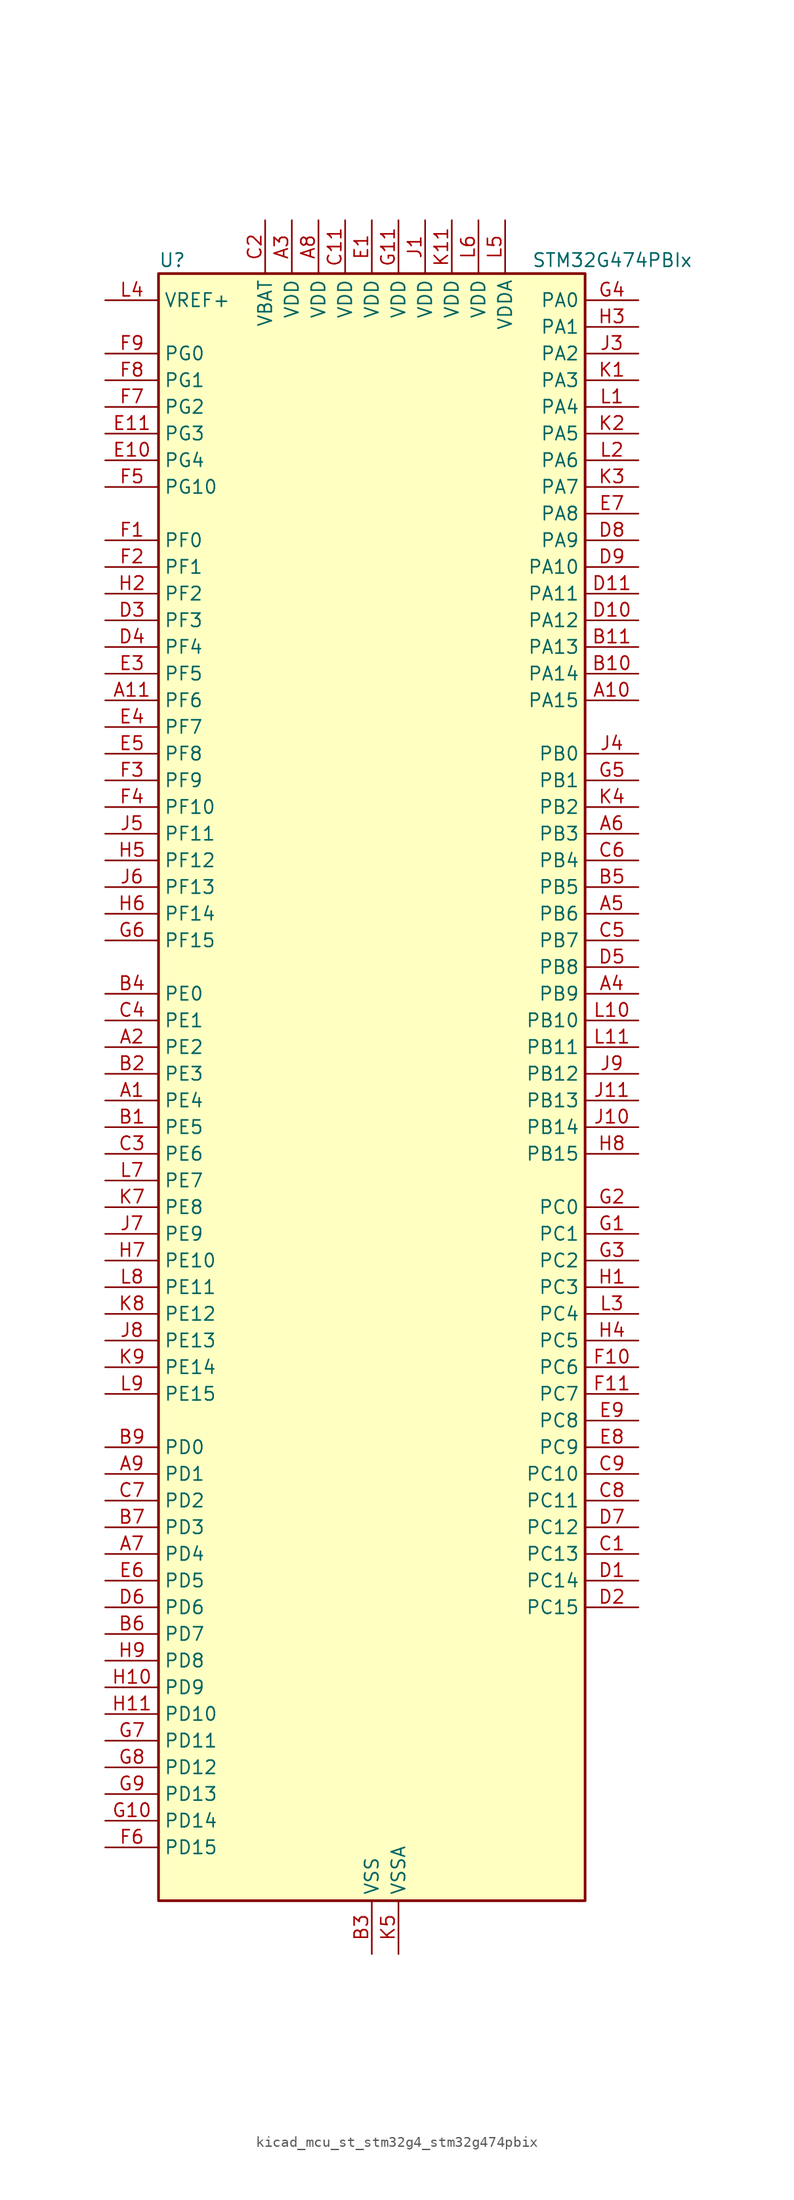
<source format=kicad_sym>
(kicad_symbol_lib
  (version 20220914)
  (generator kicad_symbol_editor)
  (symbol "kicad_mcu_st_stm32g4_stm32g474pbix"
    (property "Reference" "U"
      (at -20.32 80.01 0)
      (effects (font (size 1.27 1.27)) (justify left)))
    (property "Value" "STM32G474PBIx"
      (at 15.24 80.01 0)
      (effects (font (size 1.27 1.27)) (justify left)))
    (property "ki_locked" ""
      (at 0 0 0)
      (effects (font (size 1.27 1.27))))
    (symbol "kicad_mcu_st_stm32g4_stm32g474pbix_0_1"
      (rectangle (start -20.32 -76.2) (end 20.32 78.74) (stroke (width 0.254) (type default)) (fill (type background))))
    (symbol "kicad_mcu_st_stm32g4_stm32g474pbix_1_1"
      (pin bidirectional line (at -25.4 0 0) (length 5.08) (name "PE4" (effects (font (size 1.27 1.27)))) (number "A1" (effects (font (size 1.27 1.27)))) (alternate "FMC_A20" bidirectional line) (alternate "SAI1_D2" bidirectional line) (alternate "SAI1_FS_A" bidirectional line) (alternate "SPI4_NSS" bidirectional line) (alternate "SYS_TRACED1" bidirectional line) (alternate "TIM20_CH1N" bidirectional line) (alternate "TIM3_CH3" bidirectional line))
      (pin bidirectional line (at 25.4 38.1 180) (length 5.08) (name "PA15" (effects (font (size 1.27 1.27)))) (number "A10" (effects (font (size 1.27 1.27)))) (alternate "ADC1_EXTI15" bidirectional line) (alternate "ADC2_EXTI15" bidirectional line) (alternate "FDCAN3_TX" bidirectional line) (alternate "HRTIM1_FLT2" bidirectional line) (alternate "I2C1_SCL" bidirectional line) (alternate "I2S3_WS" bidirectional line) (alternate "SPI1_NSS" bidirectional line) (alternate "SPI3_NSS" bidirectional line) (alternate "SYS_JTDI" bidirectional line) (alternate "TIM1_BKIN" bidirectional line) (alternate "TIM2_CH1" bidirectional line) (alternate "TIM2_ETR" bidirectional line) (alternate "TIM8_CH1" bidirectional line) (alternate "UART4_DE" bidirectional line) (alternate "UART4_RTS" bidirectional line) (alternate "USART2_RX" bidirectional line))
      (pin bidirectional line (at -25.4 38.1 0) (length 5.08) (name "PF6" (effects (font (size 1.27 1.27)))) (number "A11" (effects (font (size 1.27 1.27)))) (alternate "I2C2_SCL" bidirectional line) (alternate "QUADSPI1_BK1_IO3" bidirectional line) (alternate "SAI1_SD_B" bidirectional line) (alternate "TIM4_CH4" bidirectional line) (alternate "TIM5_CH1" bidirectional line) (alternate "TIM5_ETR" bidirectional line) (alternate "USART3_RTS" bidirectional line))
      (pin bidirectional line (at -25.4 5.08 0) (length 5.08) (name "PE2" (effects (font (size 1.27 1.27)))) (number "A2" (effects (font (size 1.27 1.27)))) (alternate "ADC3_EXTI2" bidirectional line) (alternate "ADC4_EXTI2" bidirectional line) (alternate "ADC5_EXTI2" bidirectional line) (alternate "FMC_A23" bidirectional line) (alternate "SAI1_CK1" bidirectional line) (alternate "SAI1_MCLK_A" bidirectional line) (alternate "SPI4_SCK" bidirectional line) (alternate "SYS_TRACECLK" bidirectional line) (alternate "TIM20_CH1" bidirectional line) (alternate "TIM3_CH1" bidirectional line))
      (pin power_in line (at -7.62 83.82 270) (length 5.08) (name "VDD" (effects (font (size 1.27 1.27)))) (number "A3" (effects (font (size 1.27 1.27)))))
      (pin bidirectional line (at 25.4 10.16 180) (length 5.08) (name "PB9" (effects (font (size 1.27 1.27)))) (number "A4" (effects (font (size 1.27 1.27)))) (alternate "COMP2_OUT" bidirectional line) (alternate "DAC1_EXTI9" bidirectional line) (alternate "DAC2_EXTI9" bidirectional line) (alternate "DAC3_EXTI9" bidirectional line) (alternate "DAC4_EXTI9" bidirectional line) (alternate "FDCAN1_TX" bidirectional line) (alternate "HRTIM1_EEV5" bidirectional line) (alternate "I2C1_SDA" bidirectional line) (alternate "IR_OUT" bidirectional line) (alternate "SAI1_D2" bidirectional line) (alternate "SAI1_FS_A" bidirectional line) (alternate "TIM17_CH1" bidirectional line) (alternate "TIM1_CH3N" bidirectional line) (alternate "TIM4_CH4" bidirectional line) (alternate "TIM8_CH3" bidirectional line) (alternate "USART3_TX" bidirectional line))
      (pin bidirectional line (at 25.4 17.78 180) (length 5.08) (name "PB6" (effects (font (size 1.27 1.27)))) (number "A5" (effects (font (size 1.27 1.27)))) (alternate "COMP4_OUT" bidirectional line) (alternate "FDCAN2_TX" bidirectional line) (alternate "HRTIM1_EEV4" bidirectional line) (alternate "HRTIM1_SCIN" bidirectional line) (alternate "LPTIM1_ETR" bidirectional line) (alternate "SAI1_FS_B" bidirectional line) (alternate "TIM16_CH1N" bidirectional line) (alternate "TIM4_CH1" bidirectional line) (alternate "TIM8_BKIN2" bidirectional line) (alternate "TIM8_CH1" bidirectional line) (alternate "TIM8_ETR" bidirectional line) (alternate "UCPD1_CC1" bidirectional line) (alternate "USART1_TX" bidirectional line))
      (pin bidirectional line (at 25.4 25.4 180) (length 5.08) (name "PB3" (effects (font (size 1.27 1.27)))) (number "A6" (effects (font (size 1.27 1.27)))) (alternate "ADC3_EXTI3" bidirectional line) (alternate "ADC4_EXTI3" bidirectional line) (alternate "ADC5_EXTI3" bidirectional line) (alternate "CRS_SYNC" bidirectional line) (alternate "FDCAN3_RX" bidirectional line) (alternate "HRTIM1_EEV9" bidirectional line) (alternate "HRTIM1_SCOUT" bidirectional line) (alternate "I2S3_CK" bidirectional line) (alternate "SAI1_SCK_B" bidirectional line) (alternate "SPI1_SCK" bidirectional line) (alternate "SPI3_SCK" bidirectional line) (alternate "SYS_JTDO-SWO" bidirectional line) (alternate "TIM2_CH2" bidirectional line) (alternate "TIM3_ETR" bidirectional line) (alternate "TIM4_ETR" bidirectional line) (alternate "TIM8_CH1N" bidirectional line) (alternate "USART2_TX" bidirectional line))
      (pin bidirectional line (at -25.4 -43.18 0) (length 5.08) (name "PD4" (effects (font (size 1.27 1.27)))) (number "A7" (effects (font (size 1.27 1.27)))) (alternate "FMC_NOE" bidirectional line) (alternate "QUADSPI1_BK2_IO0" bidirectional line) (alternate "TIM2_CH2" bidirectional line) (alternate "USART2_DE" bidirectional line) (alternate "USART2_RTS" bidirectional line))
      (pin power_in line (at -5.08 83.82 270) (length 5.08) (name "VDD" (effects (font (size 1.27 1.27)))) (number "A8" (effects (font (size 1.27 1.27)))))
      (pin bidirectional line (at -25.4 -35.56 0) (length 5.08) (name "PD1" (effects (font (size 1.27 1.27)))) (number "A9" (effects (font (size 1.27 1.27)))) (alternate "FDCAN1_TX" bidirectional line) (alternate "FMC_D3" bidirectional line) (alternate "FMC_DA3" bidirectional line) (alternate "TIM8_BKIN2" bidirectional line) (alternate "TIM8_CH4" bidirectional line))
      (pin bidirectional line (at -25.4 -2.54 0) (length 5.08) (name "PE5" (effects (font (size 1.27 1.27)))) (number "B1" (effects (font (size 1.27 1.27)))) (alternate "FMC_A21" bidirectional line) (alternate "SAI1_CK2" bidirectional line) (alternate "SAI1_SCK_A" bidirectional line) (alternate "SPI4_MISO" bidirectional line) (alternate "SYS_TRACED2" bidirectional line) (alternate "TIM20_CH2N" bidirectional line) (alternate "TIM3_CH4" bidirectional line))
      (pin bidirectional line (at 25.4 40.64 180) (length 5.08) (name "PA14" (effects (font (size 1.27 1.27)))) (number "B10" (effects (font (size 1.27 1.27)))) (alternate "I2C1_SDA" bidirectional line) (alternate "I2C4_SMBA" bidirectional line) (alternate "LPTIM1_OUT" bidirectional line) (alternate "SAI1_FS_B" bidirectional line) (alternate "SYS_JTCK-SWCLK" bidirectional line) (alternate "TIM1_BKIN" bidirectional line) (alternate "TIM8_CH2" bidirectional line) (alternate "USART2_TX" bidirectional line))
      (pin bidirectional line (at 25.4 43.18 180) (length 5.08) (name "PA13" (effects (font (size 1.27 1.27)))) (number "B11" (effects (font (size 1.27 1.27)))) (alternate "I2C1_SCL" bidirectional line) (alternate "I2C4_SCL" bidirectional line) (alternate "IR_OUT" bidirectional line) (alternate "SAI1_SD_B" bidirectional line) (alternate "SYS_JTMS-SWDIO" bidirectional line) (alternate "TIM16_CH1N" bidirectional line) (alternate "TIM4_CH3" bidirectional line) (alternate "USART3_CTS" bidirectional line) (alternate "USART3_NSS" bidirectional line))
      (pin bidirectional line (at -25.4 2.54 0) (length 5.08) (name "PE3" (effects (font (size 1.27 1.27)))) (number "B2" (effects (font (size 1.27 1.27)))) (alternate "ADC3_EXTI3" bidirectional line) (alternate "ADC4_EXTI3" bidirectional line) (alternate "ADC5_EXTI3" bidirectional line) (alternate "FMC_A19" bidirectional line) (alternate "SAI1_SD_B" bidirectional line) (alternate "SPI4_NSS" bidirectional line) (alternate "SYS_TRACED0" bidirectional line) (alternate "TIM20_CH2" bidirectional line) (alternate "TIM3_CH2" bidirectional line))
      (pin power_in line (at 0 -81.28 90) (length 5.08) (name "VSS" (effects (font (size 1.27 1.27)))) (number "B3" (effects (font (size 1.27 1.27)))))
      (pin bidirectional line (at -25.4 10.16 0) (length 5.08) (name "PE0" (effects (font (size 1.27 1.27)))) (number "B4" (effects (font (size 1.27 1.27)))) (alternate "FMC_NBL0" bidirectional line) (alternate "TIM16_CH1" bidirectional line) (alternate "TIM20_CH4N" bidirectional line) (alternate "TIM20_ETR" bidirectional line) (alternate "TIM4_ETR" bidirectional line) (alternate "USART1_TX" bidirectional line))
      (pin bidirectional line (at 25.4 20.32 180) (length 5.08) (name "PB5" (effects (font (size 1.27 1.27)))) (number "B5" (effects (font (size 1.27 1.27)))) (alternate "FDCAN2_RX" bidirectional line) (alternate "HRTIM1_EEV6" bidirectional line) (alternate "I2C1_SMBA" bidirectional line) (alternate "I2C3_SDA" bidirectional line) (alternate "I2S3_SD" bidirectional line) (alternate "LPTIM1_IN1" bidirectional line) (alternate "SAI1_SD_B" bidirectional line) (alternate "SPI1_MOSI" bidirectional line) (alternate "SPI3_MOSI" bidirectional line) (alternate "TIM16_BKIN" bidirectional line) (alternate "TIM17_CH1" bidirectional line) (alternate "TIM3_CH2" bidirectional line) (alternate "TIM8_CH3N" bidirectional line) (alternate "UART5_CTS" bidirectional line) (alternate "USART2_CK" bidirectional line))
      (pin bidirectional line (at -25.4 -50.8 0) (length 5.08) (name "PD7" (effects (font (size 1.27 1.27)))) (number "B6" (effects (font (size 1.27 1.27)))) (alternate "FMC_NCE" bidirectional line) (alternate "FMC_NE1" bidirectional line) (alternate "QUADSPI1_BK2_IO3" bidirectional line) (alternate "TIM2_CH3" bidirectional line) (alternate "USART2_CK" bidirectional line))
      (pin bidirectional line (at -25.4 -40.64 0) (length 5.08) (name "PD3" (effects (font (size 1.27 1.27)))) (number "B7" (effects (font (size 1.27 1.27)))) (alternate "ADC3_EXTI3" bidirectional line) (alternate "ADC4_EXTI3" bidirectional line) (alternate "ADC5_EXTI3" bidirectional line) (alternate "FMC_CLK" bidirectional line) (alternate "QUADSPI1_BK2_NCS" bidirectional line) (alternate "TIM2_CH1" bidirectional line) (alternate "TIM2_ETR" bidirectional line) (alternate "USART2_CTS" bidirectional line) (alternate "USART2_NSS" bidirectional line))
      (pin passive line (at 0 -81.28 90) (length 5.08) hide (name "VSS" (effects (font (size 1.27 1.27)))) (number "B8" (effects (font (size 1.27 1.27)))))
      (pin bidirectional line (at -25.4 -33.02 0) (length 5.08) (name "PD0" (effects (font (size 1.27 1.27)))) (number "B9" (effects (font (size 1.27 1.27)))) (alternate "FDCAN1_RX" bidirectional line) (alternate "FMC_D2" bidirectional line) (alternate "FMC_DA2" bidirectional line) (alternate "TIM8_CH4N" bidirectional line))
      (pin bidirectional line (at 25.4 -43.18 180) (length 5.08) (name "PC13" (effects (font (size 1.27 1.27)))) (number "C1" (effects (font (size 1.27 1.27)))) (alternate "RTC_OUT1" bidirectional line) (alternate "RTC_TAMP1" bidirectional line) (alternate "RTC_TS" bidirectional line) (alternate "SYS_WKUP2" bidirectional line) (alternate "TIM1_BKIN" bidirectional line) (alternate "TIM1_CH1N" bidirectional line) (alternate "TIM8_CH4N" bidirectional line))
      (pin passive line (at 0 -81.28 90) (length 5.08) hide (name "VSS" (effects (font (size 1.27 1.27)))) (number "C10" (effects (font (size 1.27 1.27)))))
      (pin power_in line (at -2.54 83.82 270) (length 5.08) (name "VDD" (effects (font (size 1.27 1.27)))) (number "C11" (effects (font (size 1.27 1.27)))))
      (pin power_in line (at -10.16 83.82 270) (length 5.08) (name "VBAT" (effects (font (size 1.27 1.27)))) (number "C2" (effects (font (size 1.27 1.27)))))
      (pin bidirectional line (at -25.4 -5.08 0) (length 5.08) (name "PE6" (effects (font (size 1.27 1.27)))) (number "C3" (effects (font (size 1.27 1.27)))) (alternate "FMC_A22" bidirectional line) (alternate "RTC_TAMP3" bidirectional line) (alternate "SAI1_D1" bidirectional line) (alternate "SAI1_SD_A" bidirectional line) (alternate "SPI4_MOSI" bidirectional line) (alternate "SYS_TRACED3" bidirectional line) (alternate "SYS_WKUP3" bidirectional line) (alternate "TIM20_CH3N" bidirectional line))
      (pin bidirectional line (at -25.4 7.62 0) (length 5.08) (name "PE1" (effects (font (size 1.27 1.27)))) (number "C4" (effects (font (size 1.27 1.27)))) (alternate "FMC_NBL1" bidirectional line) (alternate "TIM17_CH1" bidirectional line) (alternate "TIM20_CH4" bidirectional line) (alternate "USART1_RX" bidirectional line))
      (pin bidirectional line (at 25.4 15.24 180) (length 5.08) (name "PB7" (effects (font (size 1.27 1.27)))) (number "C5" (effects (font (size 1.27 1.27)))) (alternate "COMP3_OUT" bidirectional line) (alternate "FMC_NL" bidirectional line) (alternate "HRTIM1_EEV3" bidirectional line) (alternate "I2C1_SDA" bidirectional line) (alternate "I2C4_SDA" bidirectional line) (alternate "LPTIM1_IN2" bidirectional line) (alternate "SYS_PVD_IN" bidirectional line) (alternate "TIM17_CH1N" bidirectional line) (alternate "TIM3_CH4" bidirectional line) (alternate "TIM4_CH2" bidirectional line) (alternate "TIM8_BKIN" bidirectional line) (alternate "UART4_CTS" bidirectional line) (alternate "USART1_RX" bidirectional line))
      (pin bidirectional line (at 25.4 22.86 180) (length 5.08) (name "PB4" (effects (font (size 1.27 1.27)))) (number "C6" (effects (font (size 1.27 1.27)))) (alternate "FDCAN3_TX" bidirectional line) (alternate "HRTIM1_EEV7" bidirectional line) (alternate "SAI1_MCLK_B" bidirectional line) (alternate "SPI1_MISO" bidirectional line) (alternate "SPI3_MISO" bidirectional line) (alternate "SYS_JTRST" bidirectional line) (alternate "TIM16_CH1" bidirectional line) (alternate "TIM17_BKIN" bidirectional line) (alternate "TIM3_CH1" bidirectional line) (alternate "TIM8_CH2N" bidirectional line) (alternate "UART5_DE" bidirectional line) (alternate "UART5_RTS" bidirectional line) (alternate "UCPD1_CC2" bidirectional line) (alternate "USART2_RX" bidirectional line))
      (pin bidirectional line (at -25.4 -38.1 0) (length 5.08) (name "PD2" (effects (font (size 1.27 1.27)))) (number "C7" (effects (font (size 1.27 1.27)))) (alternate "ADC3_EXTI2" bidirectional line) (alternate "ADC4_EXTI2" bidirectional line) (alternate "ADC5_EXTI2" bidirectional line) (alternate "TIM3_ETR" bidirectional line) (alternate "TIM8_BKIN" bidirectional line) (alternate "UART5_RX" bidirectional line))
      (pin bidirectional line (at 25.4 -38.1 180) (length 5.08) (name "PC11" (effects (font (size 1.27 1.27)))) (number "C8" (effects (font (size 1.27 1.27)))) (alternate "ADC1_EXTI11" bidirectional line) (alternate "ADC2_EXTI11" bidirectional line) (alternate "HRTIM1_EEV2" bidirectional line) (alternate "I2C3_SDA" bidirectional line) (alternate "SPI3_MISO" bidirectional line) (alternate "TIM8_CH2N" bidirectional line) (alternate "UART4_RX" bidirectional line) (alternate "USART3_RX" bidirectional line))
      (pin bidirectional line (at 25.4 -35.56 180) (length 5.08) (name "PC10" (effects (font (size 1.27 1.27)))) (number "C9" (effects (font (size 1.27 1.27)))) (alternate "DAC1_EXTI10" bidirectional line) (alternate "DAC2_EXTI10" bidirectional line) (alternate "DAC3_EXTI10" bidirectional line) (alternate "DAC4_EXTI10" bidirectional line) (alternate "HRTIM1_FLT6" bidirectional line) (alternate "I2S3_CK" bidirectional line) (alternate "SPI3_SCK" bidirectional line) (alternate "TIM8_CH1N" bidirectional line) (alternate "UART4_TX" bidirectional line) (alternate "USART3_TX" bidirectional line))
      (pin bidirectional line (at 25.4 -45.72 180) (length 5.08) (name "PC14" (effects (font (size 1.27 1.27)))) (number "D1" (effects (font (size 1.27 1.27)))) (alternate "RCC_OSC32_IN" bidirectional line))
      (pin bidirectional line (at 25.4 45.72 180) (length 5.08) (name "PA12" (effects (font (size 1.27 1.27)))) (number "D10" (effects (font (size 1.27 1.27)))) (alternate "COMP2_OUT" bidirectional line) (alternate "FDCAN1_TX" bidirectional line) (alternate "HRTIM1_FLT1" bidirectional line) (alternate "I2S_CKIN" bidirectional line) (alternate "TIM16_CH1" bidirectional line) (alternate "TIM1_CH2N" bidirectional line) (alternate "TIM1_ETR" bidirectional line) (alternate "TIM4_CH2" bidirectional line) (alternate "USART1_DE" bidirectional line) (alternate "USART1_RTS" bidirectional line) (alternate "USB_DP" bidirectional line))
      (pin bidirectional line (at 25.4 48.26 180) (length 5.08) (name "PA11" (effects (font (size 1.27 1.27)))) (number "D11" (effects (font (size 1.27 1.27)))) (alternate "ADC1_EXTI11" bidirectional line) (alternate "ADC2_EXTI11" bidirectional line) (alternate "COMP1_OUT" bidirectional line) (alternate "FDCAN1_RX" bidirectional line) (alternate "HRTIM1_CHB2" bidirectional line) (alternate "I2S2_SD" bidirectional line) (alternate "SPI2_MOSI" bidirectional line) (alternate "TIM1_BKIN2" bidirectional line) (alternate "TIM1_CH1N" bidirectional line) (alternate "TIM1_CH4" bidirectional line) (alternate "TIM4_CH1" bidirectional line) (alternate "USART1_CTS" bidirectional line) (alternate "USART1_NSS" bidirectional line) (alternate "USB_DM" bidirectional line))
      (pin bidirectional line (at 25.4 -48.26 180) (length 5.08) (name "PC15" (effects (font (size 1.27 1.27)))) (number "D2" (effects (font (size 1.27 1.27)))) (alternate "ADC1_EXTI15" bidirectional line) (alternate "ADC2_EXTI15" bidirectional line) (alternate "RCC_OSC32_OUT" bidirectional line))
      (pin bidirectional line (at -25.4 45.72 0) (length 5.08) (name "PF3" (effects (font (size 1.27 1.27)))) (number "D3" (effects (font (size 1.27 1.27)))) (alternate "ADC3_EXTI3" bidirectional line) (alternate "ADC4_EXTI3" bidirectional line) (alternate "ADC5_EXTI3" bidirectional line) (alternate "FMC_A3" bidirectional line) (alternate "I2C3_SCL" bidirectional line) (alternate "TIM20_CH4" bidirectional line))
      (pin bidirectional line (at -25.4 43.18 0) (length 5.08) (name "PF4" (effects (font (size 1.27 1.27)))) (number "D4" (effects (font (size 1.27 1.27)))) (alternate "COMP1_OUT" bidirectional line) (alternate "FMC_A4" bidirectional line) (alternate "I2C3_SDA" bidirectional line) (alternate "TIM20_CH1N" bidirectional line))
      (pin bidirectional line (at 25.4 12.7 180) (length 5.08) (name "PB8" (effects (font (size 1.27 1.27)))) (number "D5" (effects (font (size 1.27 1.27)))) (alternate "COMP1_OUT" bidirectional line) (alternate "FDCAN1_RX" bidirectional line) (alternate "HRTIM1_EEV8" bidirectional line) (alternate "I2C1_SCL" bidirectional line) (alternate "SAI1_CK1" bidirectional line) (alternate "SAI1_MCLK_A" bidirectional line) (alternate "TIM16_CH1" bidirectional line) (alternate "TIM1_BKIN" bidirectional line) (alternate "TIM4_CH3" bidirectional line) (alternate "TIM8_CH2" bidirectional line) (alternate "USART3_RX" bidirectional line))
      (pin bidirectional line (at -25.4 -48.26 0) (length 5.08) (name "PD6" (effects (font (size 1.27 1.27)))) (number "D6" (effects (font (size 1.27 1.27)))) (alternate "FMC_NWAIT" bidirectional line) (alternate "QUADSPI1_BK2_IO2" bidirectional line) (alternate "SAI1_D1" bidirectional line) (alternate "SAI1_SD_A" bidirectional line) (alternate "TIM2_CH4" bidirectional line) (alternate "USART2_RX" bidirectional line))
      (pin bidirectional line (at 25.4 -40.64 180) (length 5.08) (name "PC12" (effects (font (size 1.27 1.27)))) (number "D7" (effects (font (size 1.27 1.27)))) (alternate "HRTIM1_EEV1" bidirectional line) (alternate "I2S3_SD" bidirectional line) (alternate "SPI3_MOSI" bidirectional line) (alternate "TIM5_CH2" bidirectional line) (alternate "TIM8_CH3N" bidirectional line) (alternate "UART5_TX" bidirectional line) (alternate "UCPD1_FRSTX1" bidirectional line) (alternate "UCPD1_FRSTX2" bidirectional line) (alternate "USART3_CK" bidirectional line))
      (pin bidirectional line (at 25.4 53.34 180) (length 5.08) (name "PA9" (effects (font (size 1.27 1.27)))) (number "D8" (effects (font (size 1.27 1.27)))) (alternate "ADC5_IN2" bidirectional line) (alternate "COMP5_OUT" bidirectional line) (alternate "DAC1_EXTI9" bidirectional line) (alternate "DAC2_EXTI9" bidirectional line) (alternate "DAC3_EXTI9" bidirectional line) (alternate "DAC4_EXTI9" bidirectional line) (alternate "HRTIM1_CHA2" bidirectional line) (alternate "I2C2_SCL" bidirectional line) (alternate "I2C3_SMBA" bidirectional line) (alternate "I2S3_MCK" bidirectional line) (alternate "SAI1_FS_A" bidirectional line) (alternate "TIM15_BKIN" bidirectional line) (alternate "TIM1_CH2" bidirectional line) (alternate "TIM2_CH3" bidirectional line) (alternate "UCPD1_DBCC1" bidirectional line) (alternate "USART1_TX" bidirectional line))
      (pin bidirectional line (at 25.4 50.8 180) (length 5.08) (name "PA10" (effects (font (size 1.27 1.27)))) (number "D9" (effects (font (size 1.27 1.27)))) (alternate "COMP6_OUT" bidirectional line) (alternate "CRS_SYNC" bidirectional line) (alternate "DAC1_EXTI10" bidirectional line) (alternate "DAC2_EXTI10" bidirectional line) (alternate "DAC3_EXTI10" bidirectional line) (alternate "DAC4_EXTI10" bidirectional line) (alternate "HRTIM1_CHB1" bidirectional line) (alternate "I2C2_SMBA" bidirectional line) (alternate "SAI1_D1" bidirectional line) (alternate "SAI1_SD_A" bidirectional line) (alternate "SPI2_MISO" bidirectional line) (alternate "TIM17_BKIN" bidirectional line) (alternate "TIM1_CH3" bidirectional line) (alternate "TIM2_CH4" bidirectional line) (alternate "TIM8_BKIN" bidirectional line) (alternate "UCPD1_DBCC2" bidirectional line) (alternate "USART1_RX" bidirectional line))
      (pin power_in line (at 0 83.82 270) (length 5.08) (name "VDD" (effects (font (size 1.27 1.27)))) (number "E1" (effects (font (size 1.27 1.27)))))
      (pin bidirectional line (at -25.4 60.96 0) (length 5.08) (name "PG4" (effects (font (size 1.27 1.27)))) (number "E10" (effects (font (size 1.27 1.27)))) (alternate "FMC_A14" bidirectional line) (alternate "I2C4_SDA" bidirectional line) (alternate "SPI1_MOSI" bidirectional line) (alternate "TIM20_BKIN2" bidirectional line))
      (pin bidirectional line (at -25.4 63.5 0) (length 5.08) (name "PG3" (effects (font (size 1.27 1.27)))) (number "E11" (effects (font (size 1.27 1.27)))) (alternate "ADC3_EXTI3" bidirectional line) (alternate "ADC4_EXTI3" bidirectional line) (alternate "ADC5_EXTI3" bidirectional line) (alternate "FMC_A13" bidirectional line) (alternate "I2C4_SCL" bidirectional line) (alternate "SPI1_MISO" bidirectional line) (alternate "TIM20_BKIN" bidirectional line) (alternate "TIM20_CH4N" bidirectional line))
      (pin passive line (at 0 -81.28 90) (length 5.08) hide (name "VSS" (effects (font (size 1.27 1.27)))) (number "E2" (effects (font (size 1.27 1.27)))))
      (pin bidirectional line (at -25.4 40.64 0) (length 5.08) (name "PF5" (effects (font (size 1.27 1.27)))) (number "E3" (effects (font (size 1.27 1.27)))) (alternate "FMC_A5" bidirectional line) (alternate "TIM20_CH2N" bidirectional line))
      (pin bidirectional line (at -25.4 35.56 0) (length 5.08) (name "PF7" (effects (font (size 1.27 1.27)))) (number "E4" (effects (font (size 1.27 1.27)))) (alternate "FMC_A1" bidirectional line) (alternate "QUADSPI1_BK1_IO2" bidirectional line) (alternate "SAI1_MCLK_B" bidirectional line) (alternate "TIM20_BKIN" bidirectional line) (alternate "TIM5_CH2" bidirectional line))
      (pin bidirectional line (at -25.4 33.02 0) (length 5.08) (name "PF8" (effects (font (size 1.27 1.27)))) (number "E5" (effects (font (size 1.27 1.27)))) (alternate "FMC_A24" bidirectional line) (alternate "QUADSPI1_BK1_IO0" bidirectional line) (alternate "SAI1_SCK_B" bidirectional line) (alternate "TIM20_BKIN2" bidirectional line) (alternate "TIM5_CH3" bidirectional line))
      (pin bidirectional line (at -25.4 -45.72 0) (length 5.08) (name "PD5" (effects (font (size 1.27 1.27)))) (number "E6" (effects (font (size 1.27 1.27)))) (alternate "FMC_NWE" bidirectional line) (alternate "QUADSPI1_BK2_IO1" bidirectional line) (alternate "USART2_TX" bidirectional line))
      (pin bidirectional line (at 25.4 55.88 180) (length 5.08) (name "PA8" (effects (font (size 1.27 1.27)))) (number "E7" (effects (font (size 1.27 1.27)))) (alternate "ADC5_IN1" bidirectional line) (alternate "COMP7_OUT" bidirectional line) (alternate "FDCAN3_RX" bidirectional line) (alternate "HRTIM1_CHA1" bidirectional line) (alternate "I2C2_SDA" bidirectional line) (alternate "I2C3_SCL" bidirectional line) (alternate "I2S2_MCK" bidirectional line) (alternate "OPAMP5_VOUT" bidirectional line) (alternate "RCC_MCO" bidirectional line) (alternate "SAI1_CK2" bidirectional line) (alternate "SAI1_SCK_A" bidirectional line) (alternate "TIM1_CH1" bidirectional line) (alternate "TIM4_ETR" bidirectional line) (alternate "USART1_CK" bidirectional line))
      (pin bidirectional line (at 25.4 -33.02 180) (length 5.08) (name "PC9" (effects (font (size 1.27 1.27)))) (number "E8" (effects (font (size 1.27 1.27)))) (alternate "DAC1_EXTI9" bidirectional line) (alternate "DAC2_EXTI9" bidirectional line) (alternate "DAC3_EXTI9" bidirectional line) (alternate "DAC4_EXTI9" bidirectional line) (alternate "HRTIM1_CHE2" bidirectional line) (alternate "I2C3_SDA" bidirectional line) (alternate "I2S_CKIN" bidirectional line) (alternate "TIM3_CH4" bidirectional line) (alternate "TIM8_BKIN2" bidirectional line) (alternate "TIM8_CH4" bidirectional line))
      (pin bidirectional line (at 25.4 -30.48 180) (length 5.08) (name "PC8" (effects (font (size 1.27 1.27)))) (number "E9" (effects (font (size 1.27 1.27)))) (alternate "COMP7_OUT" bidirectional line) (alternate "HRTIM1_CHE1" bidirectional line) (alternate "I2C3_SCL" bidirectional line) (alternate "TIM20_CH3" bidirectional line) (alternate "TIM3_CH3" bidirectional line) (alternate "TIM8_CH3" bidirectional line))
      (pin bidirectional line (at -25.4 53.34 0) (length 5.08) (name "PF0" (effects (font (size 1.27 1.27)))) (number "F1" (effects (font (size 1.27 1.27)))) (alternate "ADC1_IN10" bidirectional line) (alternate "I2C2_SDA" bidirectional line) (alternate "I2S2_WS" bidirectional line) (alternate "RCC_OSC_IN" bidirectional line) (alternate "SPI2_NSS" bidirectional line) (alternate "TIM1_CH3N" bidirectional line))
      (pin bidirectional line (at 25.4 -25.4 180) (length 5.08) (name "PC6" (effects (font (size 1.27 1.27)))) (number "F10" (effects (font (size 1.27 1.27)))) (alternate "COMP6_OUT" bidirectional line) (alternate "HRTIM1_CHF1" bidirectional line) (alternate "HRTIM1_EEV10" bidirectional line) (alternate "I2C4_SCL" bidirectional line) (alternate "I2S2_MCK" bidirectional line) (alternate "TIM3_CH1" bidirectional line) (alternate "TIM8_CH1" bidirectional line))
      (pin bidirectional line (at 25.4 -27.94 180) (length 5.08) (name "PC7" (effects (font (size 1.27 1.27)))) (number "F11" (effects (font (size 1.27 1.27)))) (alternate "COMP5_OUT" bidirectional line) (alternate "HRTIM1_CHF2" bidirectional line) (alternate "HRTIM1_FLT5" bidirectional line) (alternate "I2C4_SDA" bidirectional line) (alternate "I2S3_MCK" bidirectional line) (alternate "TIM3_CH2" bidirectional line) (alternate "TIM8_CH2" bidirectional line))
      (pin bidirectional line (at -25.4 50.8 0) (length 5.08) (name "PF1" (effects (font (size 1.27 1.27)))) (number "F2" (effects (font (size 1.27 1.27)))) (alternate "ADC2_IN10" bidirectional line) (alternate "COMP3_INM" bidirectional line) (alternate "I2S2_CK" bidirectional line) (alternate "RCC_OSC_OUT" bidirectional line) (alternate "SPI2_SCK" bidirectional line))
      (pin bidirectional line (at -25.4 30.48 0) (length 5.08) (name "PF9" (effects (font (size 1.27 1.27)))) (number "F3" (effects (font (size 1.27 1.27)))) (alternate "DAC1_EXTI9" bidirectional line) (alternate "DAC2_EXTI9" bidirectional line) (alternate "DAC3_EXTI9" bidirectional line) (alternate "DAC4_EXTI9" bidirectional line) (alternate "FMC_A25" bidirectional line) (alternate "QUADSPI1_BK1_IO1" bidirectional line) (alternate "SAI1_FS_B" bidirectional line) (alternate "SPI2_SCK" bidirectional line) (alternate "TIM15_CH1" bidirectional line) (alternate "TIM20_BKIN" bidirectional line) (alternate "TIM5_CH4" bidirectional line))
      (pin bidirectional line (at -25.4 27.94 0) (length 5.08) (name "PF10" (effects (font (size 1.27 1.27)))) (number "F4" (effects (font (size 1.27 1.27)))) (alternate "DAC1_EXTI10" bidirectional line) (alternate "DAC2_EXTI10" bidirectional line) (alternate "DAC3_EXTI10" bidirectional line) (alternate "DAC4_EXTI10" bidirectional line) (alternate "FMC_A0" bidirectional line) (alternate "QUADSPI1_CLK" bidirectional line) (alternate "SAI1_D3" bidirectional line) (alternate "SPI2_SCK" bidirectional line) (alternate "TIM15_CH2" bidirectional line) (alternate "TIM20_BKIN2" bidirectional line))
      (pin bidirectional line (at -25.4 58.42 0) (length 5.08) (name "PG10" (effects (font (size 1.27 1.27)))) (number "F5" (effects (font (size 1.27 1.27)))) (alternate "DAC1_EXTI10" bidirectional line) (alternate "DAC2_EXTI10" bidirectional line) (alternate "DAC3_EXTI10" bidirectional line) (alternate "DAC4_EXTI10" bidirectional line) (alternate "RCC_MCO" bidirectional line))
      (pin bidirectional line (at -25.4 -71.12 0) (length 5.08) (name "PD15" (effects (font (size 1.27 1.27)))) (number "F6" (effects (font (size 1.27 1.27)))) (alternate "ADC1_EXTI15" bidirectional line) (alternate "ADC2_EXTI15" bidirectional line) (alternate "COMP7_INM" bidirectional line) (alternate "FMC_D1" bidirectional line) (alternate "FMC_DA1" bidirectional line) (alternate "SPI2_NSS" bidirectional line) (alternate "TIM4_CH4" bidirectional line))
      (pin bidirectional line (at -25.4 66.04 0) (length 5.08) (name "PG2" (effects (font (size 1.27 1.27)))) (number "F7" (effects (font (size 1.27 1.27)))) (alternate "ADC3_EXTI2" bidirectional line) (alternate "ADC4_EXTI2" bidirectional line) (alternate "ADC5_EXTI2" bidirectional line) (alternate "FMC_A12" bidirectional line) (alternate "SPI1_SCK" bidirectional line) (alternate "TIM20_CH3N" bidirectional line))
      (pin bidirectional line (at -25.4 68.58 0) (length 5.08) (name "PG1" (effects (font (size 1.27 1.27)))) (number "F8" (effects (font (size 1.27 1.27)))) (alternate "FMC_A11" bidirectional line) (alternate "TIM20_CH2N" bidirectional line))
      (pin bidirectional line (at -25.4 71.12 0) (length 5.08) (name "PG0" (effects (font (size 1.27 1.27)))) (number "F9" (effects (font (size 1.27 1.27)))) (alternate "FMC_A10" bidirectional line) (alternate "TIM20_CH1N" bidirectional line))
      (pin bidirectional line (at 25.4 -12.7 180) (length 5.08) (name "PC1" (effects (font (size 1.27 1.27)))) (number "G1" (effects (font (size 1.27 1.27)))) (alternate "ADC1_IN7" bidirectional line) (alternate "ADC2_IN7" bidirectional line) (alternate "COMP3_INP" bidirectional line) (alternate "LPTIM1_OUT" bidirectional line) (alternate "LPUART1_TX" bidirectional line) (alternate "QUADSPI1_BK2_IO0" bidirectional line) (alternate "SAI1_SD_A" bidirectional line) (alternate "TIM1_CH2" bidirectional line))
      (pin bidirectional line (at -25.4 -68.58 0) (length 5.08) (name "PD14" (effects (font (size 1.27 1.27)))) (number "G10" (effects (font (size 1.27 1.27)))) (alternate "ADC3_IN11" bidirectional line) (alternate "ADC4_IN11" bidirectional line) (alternate "ADC5_IN11" bidirectional line) (alternate "COMP7_INP" bidirectional line) (alternate "FMC_D0" bidirectional line) (alternate "FMC_DA0" bidirectional line) (alternate "OPAMP2_VINP" bidirectional line) (alternate "OPAMP2_VINP_SEC" bidirectional line) (alternate "TIM4_CH3" bidirectional line))
      (pin power_in line (at 2.54 83.82 270) (length 5.08) (name "VDD" (effects (font (size 1.27 1.27)))) (number "G11" (effects (font (size 1.27 1.27)))))
      (pin bidirectional line (at 25.4 -10.16 180) (length 5.08) (name "PC0" (effects (font (size 1.27 1.27)))) (number "G2" (effects (font (size 1.27 1.27)))) (alternate "ADC1_IN6" bidirectional line) (alternate "ADC2_IN6" bidirectional line) (alternate "COMP3_INM" bidirectional line) (alternate "LPTIM1_IN1" bidirectional line) (alternate "LPUART1_RX" bidirectional line) (alternate "TIM1_CH1" bidirectional line))
      (pin bidirectional line (at 25.4 -15.24 180) (length 5.08) (name "PC2" (effects (font (size 1.27 1.27)))) (number "G3" (effects (font (size 1.27 1.27)))) (alternate "ADC1_IN8" bidirectional line) (alternate "ADC2_IN8" bidirectional line) (alternate "ADC3_EXTI2" bidirectional line) (alternate "ADC4_EXTI2" bidirectional line) (alternate "ADC5_EXTI2" bidirectional line) (alternate "COMP3_OUT" bidirectional line) (alternate "LPTIM1_IN2" bidirectional line) (alternate "QUADSPI1_BK2_IO1" bidirectional line) (alternate "TIM1_CH3" bidirectional line) (alternate "TIM20_CH2" bidirectional line))
      (pin bidirectional line (at 25.4 76.2 180) (length 5.08) (name "PA0" (effects (font (size 1.27 1.27)))) (number "G4" (effects (font (size 1.27 1.27)))) (alternate "ADC1_IN1" bidirectional line) (alternate "ADC2_IN1" bidirectional line) (alternate "COMP1_INM" bidirectional line) (alternate "COMP1_OUT" bidirectional line) (alternate "COMP3_INP" bidirectional line) (alternate "RTC_TAMP2" bidirectional line) (alternate "SYS_WKUP1" bidirectional line) (alternate "TIM2_CH1" bidirectional line) (alternate "TIM2_ETR" bidirectional line) (alternate "TIM5_CH1" bidirectional line) (alternate "TIM8_BKIN" bidirectional line) (alternate "TIM8_ETR" bidirectional line) (alternate "USART2_CTS" bidirectional line) (alternate "USART2_NSS" bidirectional line))
      (pin bidirectional line (at 25.4 30.48 180) (length 5.08) (name "PB1" (effects (font (size 1.27 1.27)))) (number "G5" (effects (font (size 1.27 1.27)))) (alternate "ADC1_IN12" bidirectional line) (alternate "ADC3_IN1" bidirectional line) (alternate "COMP1_INP" bidirectional line) (alternate "COMP4_OUT" bidirectional line) (alternate "HRTIM1_SCOUT" bidirectional line) (alternate "LPUART1_DE" bidirectional line) (alternate "LPUART1_RTS" bidirectional line) (alternate "OPAMP3_VOUT" bidirectional line) (alternate "OPAMP6_VINM" bidirectional line) (alternate "OPAMP6_VINM1" bidirectional line) (alternate "OPAMP6_VINM_SEC" bidirectional line) (alternate "QUADSPI1_BK1_IO0" bidirectional line) (alternate "TIM1_CH3N" bidirectional line) (alternate "TIM3_CH4" bidirectional line) (alternate "TIM8_CH3N" bidirectional line))
      (pin bidirectional line (at -25.4 15.24 0) (length 5.08) (name "PF15" (effects (font (size 1.27 1.27)))) (number "G6" (effects (font (size 1.27 1.27)))) (alternate "ADC1_EXTI15" bidirectional line) (alternate "ADC2_EXTI15" bidirectional line) (alternate "FMC_A9" bidirectional line) (alternate "I2C4_SDA" bidirectional line) (alternate "TIM20_CH4" bidirectional line))
      (pin bidirectional line (at -25.4 -60.96 0) (length 5.08) (name "PD11" (effects (font (size 1.27 1.27)))) (number "G7" (effects (font (size 1.27 1.27)))) (alternate "ADC1_EXTI11" bidirectional line) (alternate "ADC2_EXTI11" bidirectional line) (alternate "ADC3_IN8" bidirectional line) (alternate "ADC4_IN8" bidirectional line) (alternate "ADC5_IN8" bidirectional line) (alternate "COMP6_INP" bidirectional line) (alternate "FMC_A16" bidirectional line) (alternate "FMC_CLE" bidirectional line) (alternate "I2C4_SMBA" bidirectional line) (alternate "OPAMP4_VINP" bidirectional line) (alternate "OPAMP4_VINP_SEC" bidirectional line) (alternate "TIM5_ETR" bidirectional line) (alternate "USART3_CTS" bidirectional line) (alternate "USART3_NSS" bidirectional line))
      (pin bidirectional line (at -25.4 -63.5 0) (length 5.08) (name "PD12" (effects (font (size 1.27 1.27)))) (number "G8" (effects (font (size 1.27 1.27)))) (alternate "ADC3_IN9" bidirectional line) (alternate "ADC4_IN9" bidirectional line) (alternate "ADC5_IN9" bidirectional line) (alternate "COMP5_INP" bidirectional line) (alternate "FMC_A17" bidirectional line) (alternate "FMC_ALE" bidirectional line) (alternate "OPAMP5_VINP" bidirectional line) (alternate "OPAMP5_VINP_SEC" bidirectional line) (alternate "TIM4_CH1" bidirectional line) (alternate "USART3_DE" bidirectional line) (alternate "USART3_RTS" bidirectional line))
      (pin bidirectional line (at -25.4 -66.04 0) (length 5.08) (name "PD13" (effects (font (size 1.27 1.27)))) (number "G9" (effects (font (size 1.27 1.27)))) (alternate "ADC3_IN10" bidirectional line) (alternate "ADC4_IN10" bidirectional line) (alternate "ADC5_IN10" bidirectional line) (alternate "COMP5_INM" bidirectional line) (alternate "FMC_A18" bidirectional line) (alternate "TIM4_CH2" bidirectional line))
      (pin bidirectional line (at 25.4 -17.78 180) (length 5.08) (name "PC3" (effects (font (size 1.27 1.27)))) (number "H1" (effects (font (size 1.27 1.27)))) (alternate "ADC1_IN9" bidirectional line) (alternate "ADC2_IN9" bidirectional line) (alternate "ADC3_EXTI3" bidirectional line) (alternate "ADC4_EXTI3" bidirectional line) (alternate "ADC5_EXTI3" bidirectional line) (alternate "LPTIM1_ETR" bidirectional line) (alternate "OPAMP5_VINP" bidirectional line) (alternate "OPAMP5_VINP_SEC" bidirectional line) (alternate "QUADSPI1_BK2_IO2" bidirectional line) (alternate "SAI1_D1" bidirectional line) (alternate "SAI1_SD_A" bidirectional line) (alternate "TIM1_BKIN2" bidirectional line) (alternate "TIM1_CH4" bidirectional line))
      (pin bidirectional line (at -25.4 -55.88 0) (length 5.08) (name "PD9" (effects (font (size 1.27 1.27)))) (number "H10" (effects (font (size 1.27 1.27)))) (alternate "ADC4_IN13" bidirectional line) (alternate "ADC5_IN13" bidirectional line) (alternate "DAC1_EXTI9" bidirectional line) (alternate "DAC2_EXTI9" bidirectional line) (alternate "DAC3_EXTI9" bidirectional line) (alternate "DAC4_EXTI9" bidirectional line) (alternate "FMC_D14" bidirectional line) (alternate "FMC_DA14" bidirectional line) (alternate "OPAMP6_VINP" bidirectional line) (alternate "OPAMP6_VINP_SEC" bidirectional line) (alternate "USART3_RX" bidirectional line))
      (pin bidirectional line (at -25.4 -58.42 0) (length 5.08) (name "PD10" (effects (font (size 1.27 1.27)))) (number "H11" (effects (font (size 1.27 1.27)))) (alternate "ADC3_IN7" bidirectional line) (alternate "ADC4_IN7" bidirectional line) (alternate "ADC5_IN7" bidirectional line) (alternate "COMP6_INM" bidirectional line) (alternate "DAC1_EXTI10" bidirectional line) (alternate "DAC2_EXTI10" bidirectional line) (alternate "DAC3_EXTI10" bidirectional line) (alternate "DAC4_EXTI10" bidirectional line) (alternate "FMC_D15" bidirectional line) (alternate "FMC_DA15" bidirectional line) (alternate "USART3_CK" bidirectional line))
      (pin bidirectional line (at -25.4 48.26 0) (length 5.08) (name "PF2" (effects (font (size 1.27 1.27)))) (number "H2" (effects (font (size 1.27 1.27)))) (alternate "ADC3_EXTI2" bidirectional line) (alternate "ADC4_EXTI2" bidirectional line) (alternate "ADC5_EXTI2" bidirectional line) (alternate "FMC_A2" bidirectional line) (alternate "I2C2_SMBA" bidirectional line) (alternate "TIM20_CH3" bidirectional line))
      (pin bidirectional line (at 25.4 73.66 180) (length 5.08) (name "PA1" (effects (font (size 1.27 1.27)))) (number "H3" (effects (font (size 1.27 1.27)))) (alternate "ADC1_IN2" bidirectional line) (alternate "ADC2_IN2" bidirectional line) (alternate "COMP1_INP" bidirectional line) (alternate "OPAMP1_VINP" bidirectional line) (alternate "OPAMP1_VINP_SEC" bidirectional line) (alternate "OPAMP3_VINP" bidirectional line) (alternate "OPAMP3_VINP_SEC" bidirectional line) (alternate "OPAMP6_VINM" bidirectional line) (alternate "OPAMP6_VINM0" bidirectional line) (alternate "OPAMP6_VINM_SEC" bidirectional line) (alternate "RTC_REFIN" bidirectional line) (alternate "TIM15_CH1N" bidirectional line) (alternate "TIM2_CH2" bidirectional line) (alternate "TIM5_CH2" bidirectional line) (alternate "USART2_DE" bidirectional line) (alternate "USART2_RTS" bidirectional line))
      (pin bidirectional line (at 25.4 -22.86 180) (length 5.08) (name "PC5" (effects (font (size 1.27 1.27)))) (number "H4" (effects (font (size 1.27 1.27)))) (alternate "ADC2_IN11" bidirectional line) (alternate "HRTIM1_EEV10" bidirectional line) (alternate "OPAMP1_VINM" bidirectional line) (alternate "OPAMP1_VINM1" bidirectional line) (alternate "OPAMP1_VINM_SEC" bidirectional line) (alternate "OPAMP2_VINM" bidirectional line) (alternate "OPAMP2_VINM1" bidirectional line) (alternate "OPAMP2_VINM_SEC" bidirectional line) (alternate "SAI1_D3" bidirectional line) (alternate "SYS_WKUP5" bidirectional line) (alternate "TIM15_BKIN" bidirectional line) (alternate "TIM1_CH4N" bidirectional line) (alternate "USART1_RX" bidirectional line))
      (pin bidirectional line (at -25.4 22.86 0) (length 5.08) (name "PF12" (effects (font (size 1.27 1.27)))) (number "H5" (effects (font (size 1.27 1.27)))) (alternate "FMC_A6" bidirectional line) (alternate "TIM20_CH1" bidirectional line))
      (pin bidirectional line (at -25.4 17.78 0) (length 5.08) (name "PF14" (effects (font (size 1.27 1.27)))) (number "H6" (effects (font (size 1.27 1.27)))) (alternate "FMC_A8" bidirectional line) (alternate "I2C4_SCL" bidirectional line) (alternate "TIM20_CH3" bidirectional line))
      (pin bidirectional line (at -25.4 -15.24 0) (length 5.08) (name "PE10" (effects (font (size 1.27 1.27)))) (number "H7" (effects (font (size 1.27 1.27)))) (alternate "ADC3_IN14" bidirectional line) (alternate "ADC4_IN14" bidirectional line) (alternate "ADC5_IN14" bidirectional line) (alternate "DAC1_EXTI10" bidirectional line) (alternate "DAC2_EXTI10" bidirectional line) (alternate "DAC3_EXTI10" bidirectional line) (alternate "DAC4_EXTI10" bidirectional line) (alternate "FMC_D7" bidirectional line) (alternate "FMC_DA7" bidirectional line) (alternate "QUADSPI1_CLK" bidirectional line) (alternate "SAI1_MCLK_B" bidirectional line) (alternate "TIM1_CH2N" bidirectional line))
      (pin bidirectional line (at 25.4 -5.08 180) (length 5.08) (name "PB15" (effects (font (size 1.27 1.27)))) (number "H8" (effects (font (size 1.27 1.27)))) (alternate "ADC1_EXTI15" bidirectional line) (alternate "ADC2_EXTI15" bidirectional line) (alternate "ADC2_IN15" bidirectional line) (alternate "ADC4_IN5" bidirectional line) (alternate "COMP3_OUT" bidirectional line) (alternate "COMP6_INM" bidirectional line) (alternate "HRTIM1_CHD2" bidirectional line) (alternate "I2S2_SD" bidirectional line) (alternate "OPAMP5_VINM" bidirectional line) (alternate "OPAMP5_VINM0" bidirectional line) (alternate "OPAMP5_VINM_SEC" bidirectional line) (alternate "RTC_REFIN" bidirectional line) (alternate "SPI2_MOSI" bidirectional line) (alternate "TIM15_CH1N" bidirectional line) (alternate "TIM15_CH2" bidirectional line) (alternate "TIM1_CH3N" bidirectional line))
      (pin bidirectional line (at -25.4 -53.34 0) (length 5.08) (name "PD8" (effects (font (size 1.27 1.27)))) (number "H9" (effects (font (size 1.27 1.27)))) (alternate "ADC4_IN12" bidirectional line) (alternate "ADC5_IN12" bidirectional line) (alternate "FMC_D13" bidirectional line) (alternate "FMC_DA13" bidirectional line) (alternate "OPAMP4_VINM" bidirectional line) (alternate "OPAMP4_VINM1" bidirectional line) (alternate "OPAMP4_VINM_SEC" bidirectional line) (alternate "USART3_TX" bidirectional line))
      (pin power_in line (at 5.08 83.82 270) (length 5.08) (name "VDD" (effects (font (size 1.27 1.27)))) (number "J1" (effects (font (size 1.27 1.27)))))
      (pin bidirectional line (at 25.4 -2.54 180) (length 5.08) (name "PB14" (effects (font (size 1.27 1.27)))) (number "J10" (effects (font (size 1.27 1.27)))) (alternate "ADC1_IN5" bidirectional line) (alternate "ADC4_IN4" bidirectional line) (alternate "COMP4_OUT" bidirectional line) (alternate "COMP7_INP" bidirectional line) (alternate "HRTIM1_CHD1" bidirectional line) (alternate "OPAMP2_VINP" bidirectional line) (alternate "OPAMP2_VINP_SEC" bidirectional line) (alternate "OPAMP5_VINP" bidirectional line) (alternate "OPAMP5_VINP_SEC" bidirectional line) (alternate "SPI2_MISO" bidirectional line) (alternate "TIM15_CH1" bidirectional line) (alternate "TIM1_CH2N" bidirectional line) (alternate "USART3_DE" bidirectional line) (alternate "USART3_RTS" bidirectional line))
      (pin bidirectional line (at 25.4 0 180) (length 5.08) (name "PB13" (effects (font (size 1.27 1.27)))) (number "J11" (effects (font (size 1.27 1.27)))) (alternate "ADC3_IN5" bidirectional line) (alternate "COMP5_INP" bidirectional line) (alternate "FDCAN2_TX" bidirectional line) (alternate "HRTIM1_CHC2" bidirectional line) (alternate "I2S2_CK" bidirectional line) (alternate "LPUART1_CTS" bidirectional line) (alternate "OPAMP3_VINP" bidirectional line) (alternate "OPAMP3_VINP_SEC" bidirectional line) (alternate "OPAMP4_VINP" bidirectional line) (alternate "OPAMP4_VINP_SEC" bidirectional line) (alternate "OPAMP6_VINP" bidirectional line) (alternate "OPAMP6_VINP_SEC" bidirectional line) (alternate "SPI2_SCK" bidirectional line) (alternate "TIM1_CH1N" bidirectional line) (alternate "USART3_CTS" bidirectional line) (alternate "USART3_NSS" bidirectional line))
      (pin passive line (at 0 -81.28 90) (length 5.08) hide (name "VSS" (effects (font (size 1.27 1.27)))) (number "J2" (effects (font (size 1.27 1.27)))))
      (pin bidirectional line (at 25.4 71.12 180) (length 5.08) (name "PA2" (effects (font (size 1.27 1.27)))) (number "J3" (effects (font (size 1.27 1.27)))) (alternate "ADC1_IN3" bidirectional line) (alternate "ADC3_EXTI2" bidirectional line) (alternate "ADC4_EXTI2" bidirectional line) (alternate "ADC5_EXTI2" bidirectional line) (alternate "COMP2_INM" bidirectional line) (alternate "COMP2_OUT" bidirectional line) (alternate "LPUART1_TX" bidirectional line) (alternate "OPAMP1_VOUT" bidirectional line) (alternate "QUADSPI1_BK1_NCS" bidirectional line) (alternate "RCC_LSCO" bidirectional line) (alternate "SYS_WKUP4" bidirectional line) (alternate "TIM15_CH1" bidirectional line) (alternate "TIM2_CH3" bidirectional line) (alternate "TIM5_CH3" bidirectional line) (alternate "UCPD1_FRSTX1" bidirectional line) (alternate "UCPD1_FRSTX2" bidirectional line) (alternate "USART2_TX" bidirectional line))
      (pin bidirectional line (at 25.4 33.02 180) (length 5.08) (name "PB0" (effects (font (size 1.27 1.27)))) (number "J4" (effects (font (size 1.27 1.27)))) (alternate "ADC1_IN15" bidirectional line) (alternate "ADC3_IN12" bidirectional line) (alternate "COMP4_INP" bidirectional line) (alternate "HRTIM1_FLT5" bidirectional line) (alternate "OPAMP2_VINP" bidirectional line) (alternate "OPAMP2_VINP_SEC" bidirectional line) (alternate "OPAMP3_VINP" bidirectional line) (alternate "OPAMP3_VINP_SEC" bidirectional line) (alternate "QUADSPI1_BK1_IO1" bidirectional line) (alternate "TIM1_CH2N" bidirectional line) (alternate "TIM3_CH3" bidirectional line) (alternate "TIM8_CH2N" bidirectional line) (alternate "UCPD1_FRSTX1" bidirectional line) (alternate "UCPD1_FRSTX2" bidirectional line))
      (pin bidirectional line (at -25.4 25.4 0) (length 5.08) (name "PF11" (effects (font (size 1.27 1.27)))) (number "J5" (effects (font (size 1.27 1.27)))) (alternate "ADC1_EXTI11" bidirectional line) (alternate "ADC2_EXTI11" bidirectional line) (alternate "FMC_NE4" bidirectional line) (alternate "TIM20_ETR" bidirectional line))
      (pin bidirectional line (at -25.4 20.32 0) (length 5.08) (name "PF13" (effects (font (size 1.27 1.27)))) (number "J6" (effects (font (size 1.27 1.27)))) (alternate "FMC_A7" bidirectional line) (alternate "I2C4_SMBA" bidirectional line) (alternate "TIM20_CH2" bidirectional line))
      (pin bidirectional line (at -25.4 -12.7 0) (length 5.08) (name "PE9" (effects (font (size 1.27 1.27)))) (number "J7" (effects (font (size 1.27 1.27)))) (alternate "ADC3_IN2" bidirectional line) (alternate "DAC1_EXTI9" bidirectional line) (alternate "DAC2_EXTI9" bidirectional line) (alternate "DAC3_EXTI9" bidirectional line) (alternate "DAC4_EXTI9" bidirectional line) (alternate "FMC_D6" bidirectional line) (alternate "FMC_DA6" bidirectional line) (alternate "SAI1_FS_B" bidirectional line) (alternate "TIM1_CH1" bidirectional line) (alternate "TIM5_CH4" bidirectional line))
      (pin bidirectional line (at -25.4 -22.86 0) (length 5.08) (name "PE13" (effects (font (size 1.27 1.27)))) (number "J8" (effects (font (size 1.27 1.27)))) (alternate "ADC3_IN3" bidirectional line) (alternate "FMC_D10" bidirectional line) (alternate "FMC_DA10" bidirectional line) (alternate "QUADSPI1_BK1_IO1" bidirectional line) (alternate "SPI4_MISO" bidirectional line) (alternate "TIM1_CH3" bidirectional line))
      (pin bidirectional line (at 25.4 2.54 180) (length 5.08) (name "PB12" (effects (font (size 1.27 1.27)))) (number "J9" (effects (font (size 1.27 1.27)))) (alternate "ADC1_IN11" bidirectional line) (alternate "ADC4_IN3" bidirectional line) (alternate "COMP7_INM" bidirectional line) (alternate "FDCAN2_RX" bidirectional line) (alternate "HRTIM1_CHC1" bidirectional line) (alternate "I2C2_SMBA" bidirectional line) (alternate "I2S2_WS" bidirectional line) (alternate "LPUART1_DE" bidirectional line) (alternate "LPUART1_RTS" bidirectional line) (alternate "OPAMP4_VOUT" bidirectional line) (alternate "OPAMP6_VINP" bidirectional line) (alternate "OPAMP6_VINP_SEC" bidirectional line) (alternate "SPI2_NSS" bidirectional line) (alternate "TIM1_BKIN" bidirectional line) (alternate "TIM5_ETR" bidirectional line) (alternate "USART3_CK" bidirectional line))
      (pin bidirectional line (at 25.4 68.58 180) (length 5.08) (name "PA3" (effects (font (size 1.27 1.27)))) (number "K1" (effects (font (size 1.27 1.27)))) (alternate "ADC1_IN4" bidirectional line) (alternate "ADC3_EXTI3" bidirectional line) (alternate "ADC4_EXTI3" bidirectional line) (alternate "ADC5_EXTI3" bidirectional line) (alternate "COMP2_INP" bidirectional line) (alternate "LPUART1_RX" bidirectional line) (alternate "OPAMP1_VINM" bidirectional line) (alternate "OPAMP1_VINM0" bidirectional line) (alternate "OPAMP1_VINM_SEC" bidirectional line) (alternate "OPAMP1_VINP" bidirectional line) (alternate "OPAMP1_VINP_SEC" bidirectional line) (alternate "OPAMP5_VINM" bidirectional line) (alternate "OPAMP5_VINM1" bidirectional line) (alternate "OPAMP5_VINM_SEC" bidirectional line) (alternate "QUADSPI1_CLK" bidirectional line) (alternate "SAI1_CK1" bidirectional line) (alternate "SAI1_MCLK_A" bidirectional line) (alternate "TIM15_CH2" bidirectional line) (alternate "TIM2_CH4" bidirectional line) (alternate "TIM5_CH4" bidirectional line) (alternate "USART2_RX" bidirectional line))
      (pin passive line (at 0 -81.28 90) (length 5.08) hide (name "VSS" (effects (font (size 1.27 1.27)))) (number "K10" (effects (font (size 1.27 1.27)))))
      (pin power_in line (at 7.62 83.82 270) (length 5.08) (name "VDD" (effects (font (size 1.27 1.27)))) (number "K11" (effects (font (size 1.27 1.27)))))
      (pin bidirectional line (at 25.4 63.5 180) (length 5.08) (name "PA5" (effects (font (size 1.27 1.27)))) (number "K2" (effects (font (size 1.27 1.27)))) (alternate "ADC2_IN13" bidirectional line) (alternate "COMP2_INM" bidirectional line) (alternate "DAC1_OUT2" bidirectional line) (alternate "OPAMP2_VINM" bidirectional line) (alternate "OPAMP2_VINM0" bidirectional line) (alternate "OPAMP2_VINM_SEC" bidirectional line) (alternate "SPI1_SCK" bidirectional line) (alternate "TIM2_CH1" bidirectional line) (alternate "TIM2_ETR" bidirectional line) (alternate "UCPD1_FRSTX1" bidirectional line) (alternate "UCPD1_FRSTX2" bidirectional line))
      (pin bidirectional line (at 25.4 58.42 180) (length 5.08) (name "PA7" (effects (font (size 1.27 1.27)))) (number "K3" (effects (font (size 1.27 1.27)))) (alternate "ADC2_IN4" bidirectional line) (alternate "COMP2_INP" bidirectional line) (alternate "COMP2_OUT" bidirectional line) (alternate "OPAMP1_VINP" bidirectional line) (alternate "OPAMP1_VINP_SEC" bidirectional line) (alternate "OPAMP2_VINP" bidirectional line) (alternate "OPAMP2_VINP_SEC" bidirectional line) (alternate "QUADSPI1_BK1_IO2" bidirectional line) (alternate "SPI1_MOSI" bidirectional line) (alternate "TIM17_CH1" bidirectional line) (alternate "TIM1_CH1N" bidirectional line) (alternate "TIM3_CH2" bidirectional line) (alternate "TIM8_CH1N" bidirectional line) (alternate "UCPD1_FRSTX1" bidirectional line) (alternate "UCPD1_FRSTX2" bidirectional line))
      (pin bidirectional line (at 25.4 27.94 180) (length 5.08) (name "PB2" (effects (font (size 1.27 1.27)))) (number "K4" (effects (font (size 1.27 1.27)))) (alternate "ADC2_IN12" bidirectional line) (alternate "ADC3_EXTI2" bidirectional line) (alternate "ADC4_EXTI2" bidirectional line) (alternate "ADC5_EXTI2" bidirectional line) (alternate "COMP4_INM" bidirectional line) (alternate "HRTIM1_SCIN" bidirectional line) (alternate "I2C3_SMBA" bidirectional line) (alternate "LPTIM1_OUT" bidirectional line) (alternate "OPAMP3_VINM" bidirectional line) (alternate "OPAMP3_VINM0" bidirectional line) (alternate "OPAMP3_VINM_SEC" bidirectional line) (alternate "QUADSPI1_BK2_IO1" bidirectional line) (alternate "RTC_OUT2" bidirectional line) (alternate "TIM20_CH1" bidirectional line) (alternate "TIM5_CH1" bidirectional line))
      (pin power_in line (at 2.54 -81.28 90) (length 5.08) (name "VSSA" (effects (font (size 1.27 1.27)))) (number "K5" (effects (font (size 1.27 1.27)))))
      (pin passive line (at 0 -81.28 90) (length 5.08) hide (name "VSS" (effects (font (size 1.27 1.27)))) (number "K6" (effects (font (size 1.27 1.27)))))
      (pin bidirectional line (at -25.4 -10.16 0) (length 5.08) (name "PE8" (effects (font (size 1.27 1.27)))) (number "K7" (effects (font (size 1.27 1.27)))) (alternate "ADC3_IN6" bidirectional line) (alternate "ADC4_IN6" bidirectional line) (alternate "ADC5_IN6" bidirectional line) (alternate "COMP4_INM" bidirectional line) (alternate "FMC_D5" bidirectional line) (alternate "FMC_DA5" bidirectional line) (alternate "SAI1_SCK_B" bidirectional line) (alternate "TIM1_CH1N" bidirectional line) (alternate "TIM5_CH3" bidirectional line))
      (pin bidirectional line (at -25.4 -20.32 0) (length 5.08) (name "PE12" (effects (font (size 1.27 1.27)))) (number "K8" (effects (font (size 1.27 1.27)))) (alternate "ADC3_IN16" bidirectional line) (alternate "ADC4_IN16" bidirectional line) (alternate "ADC5_IN16" bidirectional line) (alternate "FMC_D9" bidirectional line) (alternate "FMC_DA9" bidirectional line) (alternate "QUADSPI1_BK1_IO0" bidirectional line) (alternate "SPI4_SCK" bidirectional line) (alternate "TIM1_CH3N" bidirectional line))
      (pin bidirectional line (at -25.4 -25.4 0) (length 5.08) (name "PE14" (effects (font (size 1.27 1.27)))) (number "K9" (effects (font (size 1.27 1.27)))) (alternate "ADC4_IN1" bidirectional line) (alternate "FMC_D11" bidirectional line) (alternate "FMC_DA11" bidirectional line) (alternate "QUADSPI1_BK1_IO2" bidirectional line) (alternate "SPI4_MOSI" bidirectional line) (alternate "TIM1_BKIN2" bidirectional line) (alternate "TIM1_CH4" bidirectional line))
      (pin bidirectional line (at 25.4 66.04 180) (length 5.08) (name "PA4" (effects (font (size 1.27 1.27)))) (number "L1" (effects (font (size 1.27 1.27)))) (alternate "ADC2_IN17" bidirectional line) (alternate "COMP1_INM" bidirectional line) (alternate "DAC1_OUT1" bidirectional line) (alternate "I2S3_WS" bidirectional line) (alternate "SAI1_FS_B" bidirectional line) (alternate "SPI1_NSS" bidirectional line) (alternate "SPI3_NSS" bidirectional line) (alternate "TIM3_CH2" bidirectional line) (alternate "USART2_CK" bidirectional line))
      (pin bidirectional line (at 25.4 7.62 180) (length 5.08) (name "PB10" (effects (font (size 1.27 1.27)))) (number "L10" (effects (font (size 1.27 1.27)))) (alternate "COMP5_INM" bidirectional line) (alternate "DAC1_EXTI10" bidirectional line) (alternate "DAC2_EXTI10" bidirectional line) (alternate "DAC3_EXTI10" bidirectional line) (alternate "DAC4_EXTI10" bidirectional line) (alternate "HRTIM1_FLT3" bidirectional line) (alternate "LPUART1_RX" bidirectional line) (alternate "OPAMP3_VINM" bidirectional line) (alternate "OPAMP3_VINM1" bidirectional line) (alternate "OPAMP3_VINM_SEC" bidirectional line) (alternate "OPAMP4_VINM" bidirectional line) (alternate "OPAMP4_VINM0" bidirectional line) (alternate "OPAMP4_VINM_SEC" bidirectional line) (alternate "QUADSPI1_CLK" bidirectional line) (alternate "SAI1_SCK_A" bidirectional line) (alternate "TIM1_BKIN" bidirectional line) (alternate "TIM2_CH3" bidirectional line) (alternate "USART3_TX" bidirectional line))
      (pin bidirectional line (at 25.4 5.08 180) (length 5.08) (name "PB11" (effects (font (size 1.27 1.27)))) (number "L11" (effects (font (size 1.27 1.27)))) (alternate "ADC1_EXTI11" bidirectional line) (alternate "ADC1_IN14" bidirectional line) (alternate "ADC2_EXTI11" bidirectional line) (alternate "ADC2_IN14" bidirectional line) (alternate "COMP6_INP" bidirectional line) (alternate "HRTIM1_FLT4" bidirectional line) (alternate "LPUART1_TX" bidirectional line) (alternate "OPAMP4_VINP" bidirectional line) (alternate "OPAMP4_VINP_SEC" bidirectional line) (alternate "OPAMP6_VOUT" bidirectional line) (alternate "QUADSPI1_BK1_NCS" bidirectional line) (alternate "TIM2_CH4" bidirectional line) (alternate "USART3_RX" bidirectional line))
      (pin bidirectional line (at 25.4 60.96 180) (length 5.08) (name "PA6" (effects (font (size 1.27 1.27)))) (number "L2" (effects (font (size 1.27 1.27)))) (alternate "ADC2_IN3" bidirectional line) (alternate "COMP1_OUT" bidirectional line) (alternate "DAC2_OUT1" bidirectional line) (alternate "LPUART1_CTS" bidirectional line) (alternate "OPAMP2_VOUT" bidirectional line) (alternate "QUADSPI1_BK1_IO3" bidirectional line) (alternate "SPI1_MISO" bidirectional line) (alternate "TIM16_CH1" bidirectional line) (alternate "TIM1_BKIN" bidirectional line) (alternate "TIM3_CH1" bidirectional line) (alternate "TIM8_BKIN" bidirectional line))
      (pin bidirectional line (at 25.4 -20.32 180) (length 5.08) (name "PC4" (effects (font (size 1.27 1.27)))) (number "L3" (effects (font (size 1.27 1.27)))) (alternate "ADC2_IN5" bidirectional line) (alternate "I2C2_SCL" bidirectional line) (alternate "QUADSPI1_BK2_IO3" bidirectional line) (alternate "TIM1_ETR" bidirectional line) (alternate "USART1_TX" bidirectional line))
      (pin input line (at -25.4 76.2 0) (length 5.08) (name "VREF+" (effects (font (size 1.27 1.27)))) (number "L4" (effects (font (size 1.27 1.27)))) (alternate "VREFBUF_OUT" bidirectional line))
      (pin power_in line (at 12.7 83.82 270) (length 5.08) (name "VDDA" (effects (font (size 1.27 1.27)))) (number "L5" (effects (font (size 1.27 1.27)))))
      (pin power_in line (at 10.16 83.82 270) (length 5.08) (name "VDD" (effects (font (size 1.27 1.27)))) (number "L6" (effects (font (size 1.27 1.27)))))
      (pin bidirectional line (at -25.4 -7.62 0) (length 5.08) (name "PE7" (effects (font (size 1.27 1.27)))) (number "L7" (effects (font (size 1.27 1.27)))) (alternate "ADC3_IN4" bidirectional line) (alternate "COMP4_INP" bidirectional line) (alternate "FMC_D4" bidirectional line) (alternate "FMC_DA4" bidirectional line) (alternate "SAI1_SD_B" bidirectional line) (alternate "TIM1_ETR" bidirectional line))
      (pin bidirectional line (at -25.4 -17.78 0) (length 5.08) (name "PE11" (effects (font (size 1.27 1.27)))) (number "L8" (effects (font (size 1.27 1.27)))) (alternate "ADC1_EXTI11" bidirectional line) (alternate "ADC2_EXTI11" bidirectional line) (alternate "ADC3_IN15" bidirectional line) (alternate "ADC4_IN15" bidirectional line) (alternate "ADC5_IN15" bidirectional line) (alternate "FMC_D8" bidirectional line) (alternate "FMC_DA8" bidirectional line) (alternate "QUADSPI1_BK1_NCS" bidirectional line) (alternate "SPI4_NSS" bidirectional line) (alternate "TIM1_CH2" bidirectional line))
      (pin bidirectional line (at -25.4 -27.94 0) (length 5.08) (name "PE15" (effects (font (size 1.27 1.27)))) (number "L9" (effects (font (size 1.27 1.27)))) (alternate "ADC1_EXTI15" bidirectional line) (alternate "ADC2_EXTI15" bidirectional line) (alternate "ADC4_IN2" bidirectional line) (alternate "FMC_D12" bidirectional line) (alternate "FMC_DA12" bidirectional line) (alternate "QUADSPI1_BK1_IO3" bidirectional line) (alternate "TIM1_BKIN" bidirectional line) (alternate "TIM1_CH4N" bidirectional line) (alternate "USART3_RX" bidirectional line)))))
</source>
